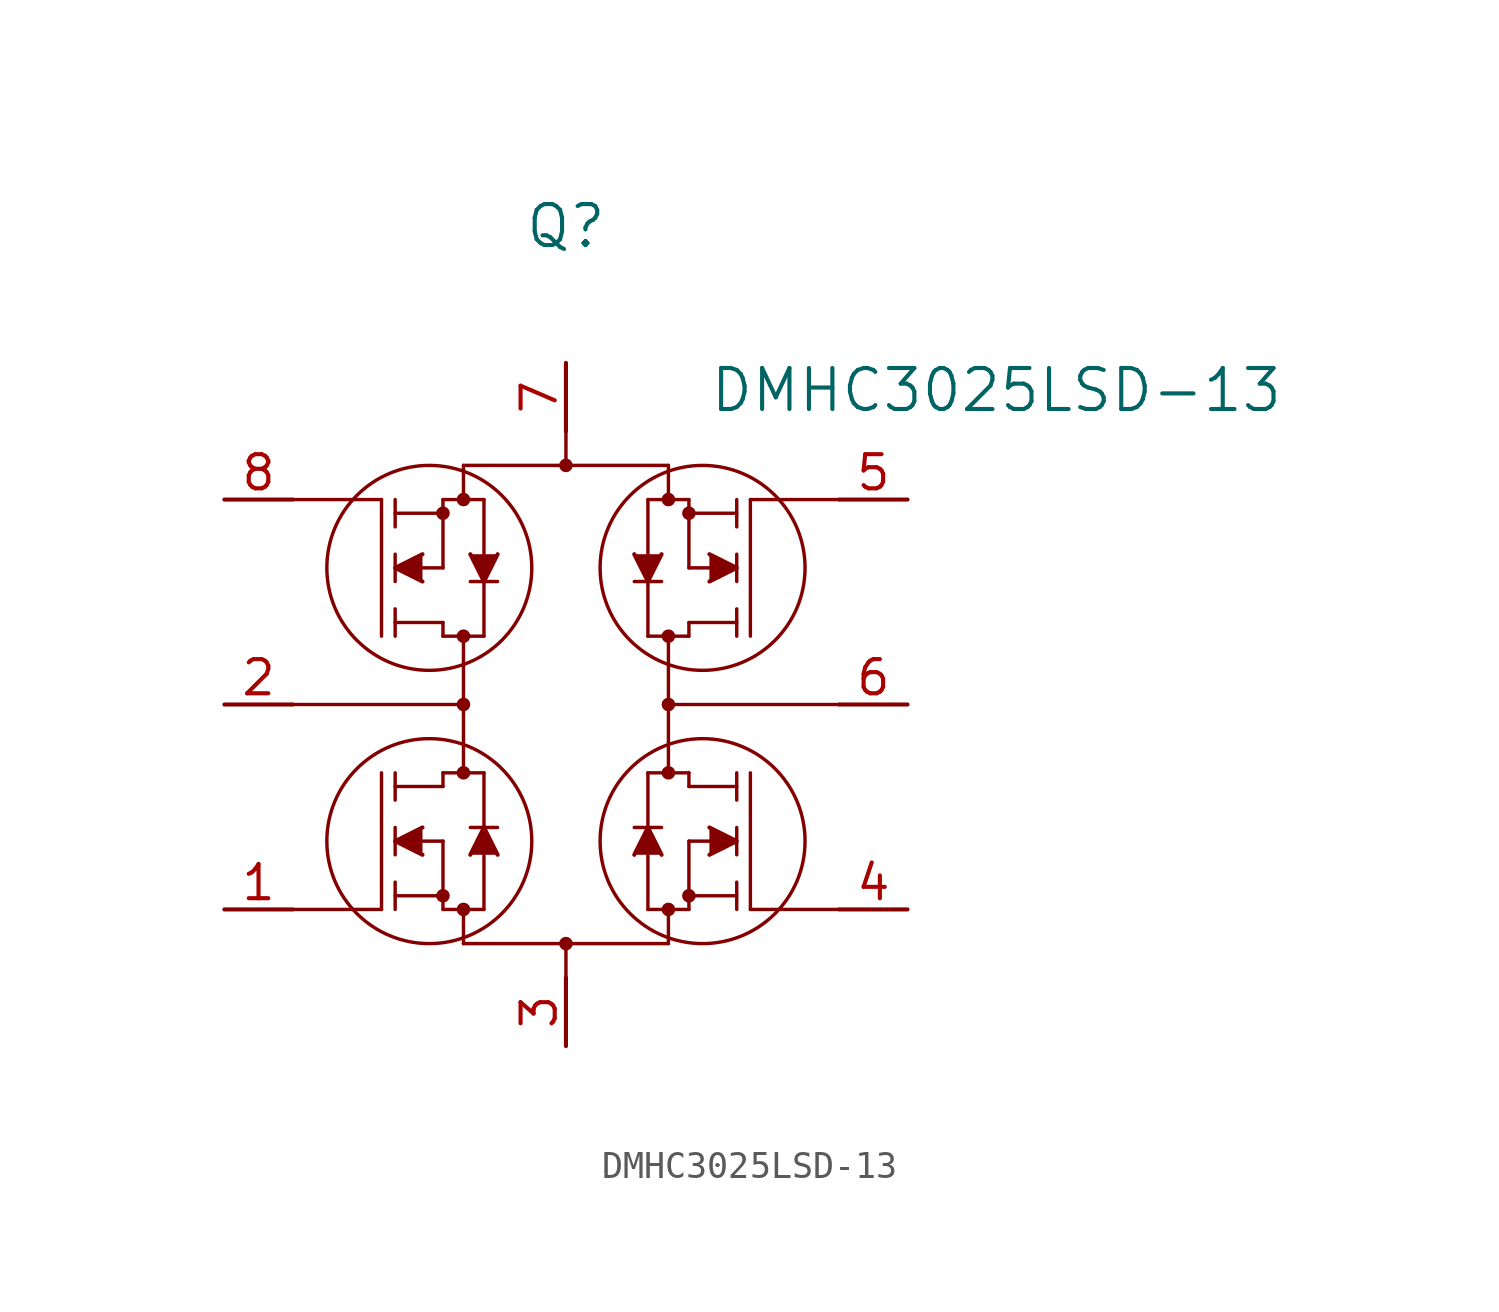
<source format=kicad_sym>
(kicad_symbol_lib
  (version 20241209)
  (generator "kicad_symbol_editor")
  (generator_version "9.0")
  (symbol "DMHC3025LSD-13"
    (pin_names
      (offset 0.254)
      (hide yes))
    (property "Reference" "Q"
      (at 12.7 10.16 0)
      (effects (font (size 1.524 1.524))))
    (property "Value" "DMHC3025LSD-13"
      (at 28.702 4.064 0)
      (effects (font (size 1.524 1.524))))
    (symbol "DMHC3025LSD-13_0_1"
      (polyline (pts (xy 2.54 -7.62) (xy 8.89 -7.62)) (stroke (width 0.127) (type default)) (fill (type none)))
      (polyline (pts (xy 2.54 -15.24) (xy 5.842 -15.24)) (stroke (width 0.127) (type default)) (fill (type none)))
      (polyline (pts (xy 5.842 0) (xy 2.54 0)) (stroke (width 0.127) (type default)) (fill (type none)))
      (polyline (pts (xy 5.842 0) (xy 5.842 -5.08)) (stroke (width 0.127) (type default)) (fill (type none)))
      (polyline (pts (xy 5.842 -15.24) (xy 5.842 -10.16)) (stroke (width 0.127) (type default)) (fill (type none)))
      (polyline (pts (xy 6.35 0) (xy 6.35 -1.016)) (stroke (width 0.127) (type default)) (fill (type none)))
      (polyline (pts (xy 6.35 -0.508) (xy 8.128 -0.508)) (stroke (width 0.127) (type default)) (fill (type none)))
      (polyline (pts (xy 6.35 -2.032) (xy 6.35 -3.048)) (stroke (width 0.127) (type default)) (fill (type none)))
      (polyline (pts (xy 6.35 -4.064) (xy 6.35 -5.08)) (stroke (width 0.127) (type default)) (fill (type none)))
      (polyline (pts (xy 6.35 -4.572) (xy 8.128 -4.572)) (stroke (width 0.127) (type default)) (fill (type none)))
      (polyline (pts (xy 6.35 -10.668) (xy 8.128 -10.668)) (stroke (width 0.127) (type default)) (fill (type none)))
      (polyline (pts (xy 6.35 -11.176) (xy 6.35 -10.16)) (stroke (width 0.127) (type default)) (fill (type none)))
      (polyline (pts (xy 6.35 -13.208) (xy 6.35 -12.192)) (stroke (width 0.127) (type default)) (fill (type none)))
      (polyline (pts (xy 6.35 -14.732) (xy 8.128 -14.732)) (stroke (width 0.127) (type default)) (fill (type none)))
      (polyline (pts (xy 6.35 -15.24) (xy 6.35 -14.224)) (stroke (width 0.127) (type default)) (fill (type none)))
      (polyline (pts (xy 7.366 -2.54) (xy 8.128 -2.54)) (stroke (width 0.127) (type default)) (fill (type none)))
      (polyline (pts (xy 7.366 -3.048) (xy 6.35 -2.54) (xy 7.366 -2.032)) (stroke (width 0) (type default)) (fill (type outline)))
      (polyline (pts (xy 7.366 -12.192) (xy 6.35 -12.7) (xy 7.366 -13.208)) (stroke (width 0) (type default)) (fill (type outline)))
      (polyline (pts (xy 7.366 -12.7) (xy 8.128 -12.7)) (stroke (width 0.127) (type default)) (fill (type none)))
      (circle (center 7.62 -2.54) (radius 3.81) (stroke (width 0.127) (type default)) (fill (type none)))
      (circle (center 7.62 -12.7) (radius 3.81) (stroke (width 0.127) (type default)) (fill (type none)))
      (polyline (pts (xy 8.128 0) (xy 8.128 -2.54)) (stroke (width 0.127) (type default)) (fill (type none)))
      (polyline (pts (xy 8.128 0) (xy 9.652 0)) (stroke (width 0.127) (type default)) (fill (type none)))
      (circle (center 8.128 -0.508) (radius 0.127) (stroke (width 0.254) (type default)) (fill (type none)))
      (polyline (pts (xy 8.128 -4.572) (xy 8.128 -5.08)) (stroke (width 0.127) (type default)) (fill (type none)))
      (polyline (pts (xy 8.128 -5.08) (xy 9.652 -5.08)) (stroke (width 0.127) (type default)) (fill (type none)))
      (polyline (pts (xy 8.128 -10.16) (xy 9.652 -10.16)) (stroke (width 0.127) (type default)) (fill (type none)))
      (polyline (pts (xy 8.128 -10.668) (xy 8.128 -10.16)) (stroke (width 0.127) (type default)) (fill (type none)))
      (circle (center 8.128 -14.732) (radius 0.127) (stroke (width 0.254) (type default)) (fill (type none)))
      (polyline (pts (xy 8.128 -15.24) (xy 8.128 -12.7)) (stroke (width 0.127) (type default)) (fill (type none)))
      (polyline (pts (xy 8.128 -15.24) (xy 9.652 -15.24)) (stroke (width 0.127) (type default)) (fill (type none)))
      (polyline (pts (xy 8.89 1.27) (xy 16.51 1.27)) (stroke (width 0.127) (type default)) (fill (type none)))
      (polyline (pts (xy 8.89 0) (xy 8.89 1.27)) (stroke (width 0.127) (type default)) (fill (type none)))
      (circle (center 8.89 0) (radius 0.127) (stroke (width 0.254) (type default)) (fill (type none)))
      (polyline (pts (xy 8.89 -5.08) (xy 8.89 -10.16)) (stroke (width 0.127) (type default)) (fill (type none)))
      (circle (center 8.89 -5.08) (radius 0.127) (stroke (width 0.254) (type default)) (fill (type none)))
      (circle (center 8.89 -7.62) (radius 0.127) (stroke (width 0.254) (type default)) (fill (type none)))
      (circle (center 8.89 -10.16) (radius 0.127) (stroke (width 0.254) (type default)) (fill (type none)))
      (polyline (pts (xy 8.89 -15.24) (xy 8.89 -16.51)) (stroke (width 0.127) (type default)) (fill (type none)))
      (circle (center 8.89 -15.24) (radius 0.127) (stroke (width 0.254) (type default)) (fill (type none)))
      (polyline (pts (xy 8.89 -16.51) (xy 16.51 -16.51)) (stroke (width 0.127) (type default)) (fill (type none)))
      (polyline (pts (xy 9.652 0) (xy 9.652 -2.032)) (stroke (width 0.127) (type default)) (fill (type none)))
      (polyline (pts (xy 9.652 -3.048) (xy 9.652 -5.08)) (stroke (width 0.127) (type default)) (fill (type none)))
      (polyline (pts (xy 9.652 -12.192) (xy 9.652 -10.16)) (stroke (width 0.127) (type default)) (fill (type none)))
      (polyline (pts (xy 9.652 -15.24) (xy 9.652 -13.208)) (stroke (width 0.127) (type default)) (fill (type none)))
      (polyline (pts (xy 10.16 -2.032) (xy 9.652 -3.048) (xy 9.144 -2.032)) (stroke (width 0) (type default)) (fill (type outline)))
      (polyline (pts (xy 10.16 -3.048) (xy 9.144 -3.048)) (stroke (width 0.127) (type default)) (fill (type none)))
      (polyline (pts (xy 10.16 -12.192) (xy 9.144 -12.192)) (stroke (width 0.127) (type default)) (fill (type none)))
      (polyline (pts (xy 10.16 -13.208) (xy 9.652 -12.192) (xy 9.144 -13.208)) (stroke (width 0) (type default)) (fill (type outline)))
      (polyline (pts (xy 12.7 1.27) (xy 12.7 2.54)) (stroke (width 0.127) (type default)) (fill (type none)))
      (circle (center 12.7 1.27) (radius 0.127) (stroke (width 0.254) (type default)) (fill (type none)))
      (circle (center 12.7 -16.51) (radius 0.127) (stroke (width 0.254) (type default)) (fill (type none)))
      (polyline (pts (xy 12.7 -17.78) (xy 12.7 -16.51)) (stroke (width 0.127) (type default)) (fill (type none)))
      (polyline (pts (xy 15.24 -2.032) (xy 15.748 -3.048) (xy 16.256 -2.032)) (stroke (width 0) (type default)) (fill (type outline)))
      (polyline (pts (xy 15.24 -3.048) (xy 16.256 -3.048)) (stroke (width 0.127) (type default)) (fill (type none)))
      (polyline (pts (xy 15.24 -12.192) (xy 16.256 -12.192)) (stroke (width 0.127) (type default)) (fill (type none)))
      (polyline (pts (xy 15.24 -13.208) (xy 15.748 -12.192) (xy 16.256 -13.208)) (stroke (width 0) (type default)) (fill (type outline)))
      (polyline (pts (xy 15.748 0) (xy 15.748 -2.032)) (stroke (width 0.127) (type default)) (fill (type none)))
      (polyline (pts (xy 15.748 -3.048) (xy 15.748 -5.08)) (stroke (width 0.127) (type default)) (fill (type none)))
      (polyline (pts (xy 15.748 -12.192) (xy 15.748 -10.16)) (stroke (width 0.127) (type default)) (fill (type none)))
      (polyline (pts (xy 15.748 -15.24) (xy 15.748 -13.208)) (stroke (width 0.127) (type default)) (fill (type none)))
      (polyline (pts (xy 16.51 1.27) (xy 16.51 0)) (stroke (width 0.127) (type default)) (fill (type none)))
      (circle (center 16.51 0) (radius 0.127) (stroke (width 0.254) (type default)) (fill (type none)))
      (polyline (pts (xy 16.51 -5.08) (xy 16.51 -10.16)) (stroke (width 0.127) (type default)) (fill (type none)))
      (circle (center 16.51 -5.08) (radius 0.127) (stroke (width 0.254) (type default)) (fill (type none)))
      (circle (center 16.51 -7.62) (radius 0.127) (stroke (width 0.254) (type default)) (fill (type none)))
      (circle (center 16.51 -10.16) (radius 0.127) (stroke (width 0.254) (type default)) (fill (type none)))
      (circle (center 16.51 -15.24) (radius 0.127) (stroke (width 0.254) (type default)) (fill (type none)))
      (polyline (pts (xy 16.51 -16.51) (xy 16.51 -15.24)) (stroke (width 0.127) (type default)) (fill (type none)))
      (polyline (pts (xy 17.272 0) (xy 15.748 0)) (stroke (width 0.127) (type default)) (fill (type none)))
      (polyline (pts (xy 17.272 0) (xy 17.272 -2.54)) (stroke (width 0.127) (type default)) (fill (type none)))
      (circle (center 17.272 -0.508) (radius 0.127) (stroke (width 0.254) (type default)) (fill (type none)))
      (polyline (pts (xy 17.272 -4.572) (xy 17.272 -5.08)) (stroke (width 0.127) (type default)) (fill (type none)))
      (polyline (pts (xy 17.272 -5.08) (xy 15.748 -5.08)) (stroke (width 0.127) (type default)) (fill (type none)))
      (polyline (pts (xy 17.272 -10.16) (xy 15.748 -10.16)) (stroke (width 0.127) (type default)) (fill (type none)))
      (polyline (pts (xy 17.272 -10.668) (xy 17.272 -10.16)) (stroke (width 0.127) (type default)) (fill (type none)))
      (circle (center 17.272 -14.732) (radius 0.127) (stroke (width 0.254) (type default)) (fill (type none)))
      (polyline (pts (xy 17.272 -15.24) (xy 15.748 -15.24)) (stroke (width 0.127) (type default)) (fill (type none)))
      (polyline (pts (xy 17.272 -15.24) (xy 17.272 -12.7)) (stroke (width 0.127) (type default)) (fill (type none)))
      (circle (center 17.78 -2.54) (radius 3.81) (stroke (width 0.127) (type default)) (fill (type none)))
      (circle (center 17.78 -12.7) (radius 3.81) (stroke (width 0.127) (type default)) (fill (type none)))
      (polyline (pts (xy 18.034 -2.54) (xy 17.272 -2.54)) (stroke (width 0.127) (type default)) (fill (type none)))
      (polyline (pts (xy 18.034 -3.048) (xy 19.05 -2.54) (xy 18.034 -2.032)) (stroke (width 0) (type default)) (fill (type outline)))
      (polyline (pts (xy 18.034 -12.192) (xy 19.05 -12.7) (xy 18.034 -13.208)) (stroke (width 0) (type default)) (fill (type outline)))
      (polyline (pts (xy 18.034 -12.7) (xy 17.272 -12.7)) (stroke (width 0.127) (type default)) (fill (type none)))
      (polyline (pts (xy 19.05 0) (xy 19.05 -1.016)) (stroke (width 0.127) (type default)) (fill (type none)))
      (polyline (pts (xy 19.05 -0.508) (xy 17.272 -0.508)) (stroke (width 0.127) (type default)) (fill (type none)))
      (polyline (pts (xy 19.05 -2.032) (xy 19.05 -3.048)) (stroke (width 0.127) (type default)) (fill (type none)))
      (polyline (pts (xy 19.05 -4.064) (xy 19.05 -5.08)) (stroke (width 0.127) (type default)) (fill (type none)))
      (polyline (pts (xy 19.05 -4.572) (xy 17.272 -4.572)) (stroke (width 0.127) (type default)) (fill (type none)))
      (polyline (pts (xy 19.05 -10.668) (xy 17.272 -10.668)) (stroke (width 0.127) (type default)) (fill (type none)))
      (polyline (pts (xy 19.05 -11.176) (xy 19.05 -10.16)) (stroke (width 0.127) (type default)) (fill (type none)))
      (polyline (pts (xy 19.05 -13.208) (xy 19.05 -12.192)) (stroke (width 0.127) (type default)) (fill (type none)))
      (polyline (pts (xy 19.05 -14.732) (xy 17.272 -14.732)) (stroke (width 0.127) (type default)) (fill (type none)))
      (polyline (pts (xy 19.05 -15.24) (xy 19.05 -14.224)) (stroke (width 0.127) (type default)) (fill (type none)))
      (polyline (pts (xy 19.558 0) (xy 19.558 -5.08)) (stroke (width 0.127) (type default)) (fill (type none)))
      (polyline (pts (xy 19.558 0) (xy 22.86 0)) (stroke (width 0.127) (type default)) (fill (type none)))
      (polyline (pts (xy 19.558 -15.24) (xy 19.558 -10.16)) (stroke (width 0.127) (type default)) (fill (type none)))
      (polyline (pts (xy 22.86 -7.62) (xy 16.51 -7.62)) (stroke (width 0.127) (type default)) (fill (type none)))
      (polyline (pts (xy 22.86 -15.24) (xy 19.558 -15.24)) (stroke (width 0.127) (type default)) (fill (type none))))
    (symbol "DMHC3025LSD-13_1_1"
      (pin input line (at 0 0 0) (length 2.54) (name "8" (effects (font (size 1.27 1.27)))) (number "8" (effects (font (size 1.27 1.27)))))
      (pin passive line (at 0 -7.62 0) (length 2.54) (name "2" (effects (font (size 1.27 1.27)))) (number "2" (effects (font (size 1.27 1.27)))))
      (pin input line (at 0 -15.24 0) (length 2.54) (name "1" (effects (font (size 1.27 1.27)))) (number "1" (effects (font (size 1.27 1.27)))))
      (pin passive line (at 12.7 5.08 270) (length 2.54) (name "7" (effects (font (size 1.27 1.27)))) (number "7" (effects (font (size 1.27 1.27)))))
      (pin passive line (at 12.7 -20.32 90) (length 2.54) (name "3" (effects (font (size 1.27 1.27)))) (number "3" (effects (font (size 1.27 1.27)))))
      (pin input line (at 25.4 0 180) (length 2.54) (name "5" (effects (font (size 1.27 1.27)))) (number "5" (effects (font (size 1.27 1.27)))))
      (pin passive line (at 25.4 -7.62 180) (length 2.54) (name "6" (effects (font (size 1.27 1.27)))) (number "6" (effects (font (size 1.27 1.27)))))
      (pin input line (at 25.4 -15.24 180) (length 2.54) (name "4" (effects (font (size 1.27 1.27)))) (number "4" (effects (font (size 1.27 1.27))))))))
</source>
